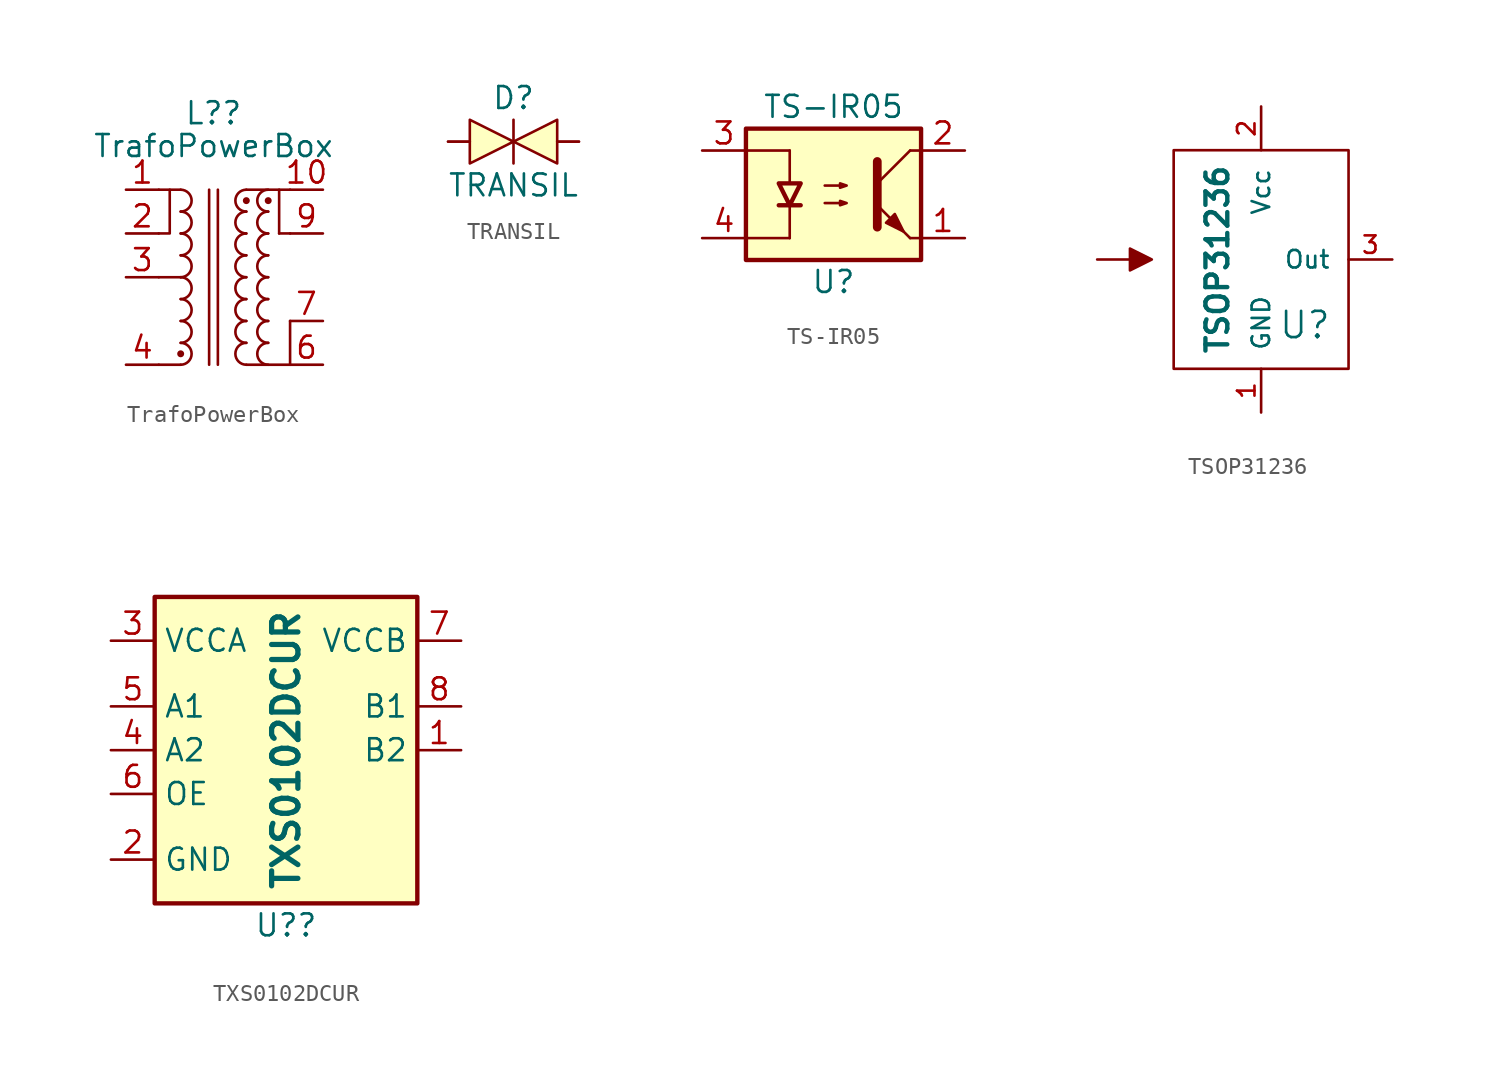
<source format=kicad_sym>
(kicad_symbol_lib
  (version 20231120)
  (generator "kicad_symbol_editor")
  (generator_version "8.0")
  (symbol "TrafoPowerBox"
    (pin_names
      (offset 1.016))
    (property "Reference" "L?"
      (at 0 10.795 0)
      (effects (font (size 1.27 1.27))))
    (property "Value" "TrafoPowerBox"
      (at 0 8.89 0)
      (effects (font (size 1.27 1.27))))
    (symbol "TrafoPowerBox_0_1"
      (arc (start -1.905 -3.81) (mid -1.2727 -3.175) (end -1.905 -2.54) (stroke (width 0) (type default)) (fill (type none)))
      (circle (center -1.905 -3.175) (radius 0.127) (stroke (width 0) (type default)) (fill (type outline)))
      (arc (start -1.905 -2.54) (mid -1.2727 -1.905) (end -1.905 -1.27) (stroke (width 0) (type default)) (fill (type none)))
      (arc (start -1.905 -1.27) (mid -1.2727 -0.635) (end -1.905 0) (stroke (width 0) (type default)) (fill (type none)))
      (arc (start -1.905 0) (mid -1.2727 0.635) (end -1.905 1.27) (stroke (width 0) (type default)) (fill (type none)))
      (arc (start -1.905 1.27) (mid -1.2727 1.905) (end -1.905 2.54) (stroke (width 0) (type default)) (fill (type none)))
      (arc (start -1.905 2.54) (mid -1.2727 3.175) (end -1.905 3.81) (stroke (width 0) (type default)) (fill (type none)))
      (arc (start -1.905 3.81) (mid -1.2727 4.445) (end -1.905 5.08) (stroke (width 0) (type default)) (fill (type none)))
      (arc (start -1.905 5.08) (mid -1.2727 5.715) (end -1.905 6.35) (stroke (width 0) (type default)) (fill (type none)))
      (polyline (pts (xy -3.175 -3.81) (xy -1.905 -3.81)) (stroke (width 0.152) (type default)) (fill (type none)))
      (polyline (pts (xy -3.175 6.35) (xy -1.905 6.35)) (stroke (width 0.152) (type default)) (fill (type none)))
      (polyline (pts (xy -1.905 1.27) (xy -3.175 1.27)) (stroke (width 0.152) (type default)) (fill (type none)))
      (polyline (pts (xy -0.254 -3.81) (xy -0.254 6.35)) (stroke (width 0) (type default)) (fill (type none)))
      (polyline (pts (xy 0.254 6.35) (xy 0.254 -3.81)) (stroke (width 0) (type default)) (fill (type none)))
      (polyline (pts (xy 1.905 -3.81) (xy 4.445 -3.81)) (stroke (width 0.152) (type default)) (fill (type none)))
      (polyline (pts (xy 1.905 6.35) (xy 4.445 6.35)) (stroke (width 0.152) (type default)) (fill (type none)))
      (polyline (pts (xy 3.81 3.81) (xy 3.81 6.35)) (stroke (width 0.152) (type default)) (fill (type none)))
      (polyline (pts (xy 3.81 3.81) (xy 4.445 3.81)) (stroke (width 0.152) (type default)) (fill (type none)))
      (polyline (pts (xy 4.445 -1.27) (xy 4.445 -3.81)) (stroke (width 0.152) (type default)) (fill (type none)))
      (polyline (pts (xy -3.175 3.81) (xy -2.54 3.81) (xy -2.54 6.35)) (stroke (width 0.152) (type default)) (fill (type none)))
      (arc (start 1.905 -2.54) (mid 1.2727 -3.175) (end 1.905 -3.81) (stroke (width 0) (type default)) (fill (type none)))
      (arc (start 1.905 -1.27) (mid 1.2727 -1.905) (end 1.905 -2.54) (stroke (width 0) (type default)) (fill (type none)))
      (arc (start 1.905 0) (mid 1.2727 -0.635) (end 1.905 -1.27) (stroke (width 0) (type default)) (fill (type none)))
      (arc (start 1.905 1.27) (mid 1.2727 0.635) (end 1.905 0) (stroke (width 0) (type default)) (fill (type none)))
      (arc (start 1.905 2.54) (mid 1.2727 1.905) (end 1.905 1.27) (stroke (width 0) (type default)) (fill (type none)))
      (arc (start 1.905 3.81) (mid 1.2727 3.175) (end 1.905 2.54) (stroke (width 0) (type default)) (fill (type none)))
      (arc (start 1.905 5.08) (mid 1.2727 4.445) (end 1.905 3.81) (stroke (width 0) (type default)) (fill (type none)))
      (circle (center 1.905 5.715) (radius 0.127) (stroke (width 0) (type default)) (fill (type outline)))
      (arc (start 1.905 6.35) (mid 1.2727 5.715) (end 1.905 5.08) (stroke (width 0) (type default)) (fill (type none)))
      (arc (start 3.175 -2.54) (mid 2.5427 -3.175) (end 3.175 -3.81) (stroke (width 0) (type default)) (fill (type none)))
      (arc (start 3.175 -1.27) (mid 2.5427 -1.905) (end 3.175 -2.54) (stroke (width 0) (type default)) (fill (type none)))
      (arc (start 3.175 0) (mid 2.5427 -0.635) (end 3.175 -1.27) (stroke (width 0) (type default)) (fill (type none)))
      (arc (start 3.175 1.27) (mid 2.5427 0.635) (end 3.175 0) (stroke (width 0) (type default)) (fill (type none)))
      (arc (start 3.175 2.54) (mid 2.5427 1.905) (end 3.175 1.27) (stroke (width 0) (type default)) (fill (type none)))
      (arc (start 3.175 3.81) (mid 2.5427 3.175) (end 3.175 2.54) (stroke (width 0) (type default)) (fill (type none)))
      (arc (start 3.175 5.08) (mid 2.5427 4.445) (end 3.175 3.81) (stroke (width 0) (type default)) (fill (type none)))
      (circle (center 3.175 5.715) (radius 0.127) (stroke (width 0) (type default)) (fill (type outline)))
      (arc (start 3.175 6.35) (mid 2.5427 5.715) (end 3.175 5.08) (stroke (width 0) (type default)) (fill (type none))))
    (symbol "TrafoPowerBox_1_1"
      (pin passive line (at -5.08 6.35 0) (length 1.905) (name "~" (effects (font (size 1.27 1.27)))) (number "1" (effects (font (size 1.27 1.27)))))
      (pin passive line (at 6.35 6.35 180) (length 1.905) (name "~" (effects (font (size 1.27 1.27)))) (number "10" (effects (font (size 1.27 1.27)))))
      (pin passive line (at -5.08 3.81 0) (length 1.905) (name "~" (effects (font (size 1.27 1.27)))) (number "2" (effects (font (size 1.27 1.27)))))
      (pin passive line (at -5.08 1.27 0) (length 1.905) (name "~" (effects (font (size 1.27 1.27)))) (number "3" (effects (font (size 1.27 1.27)))))
      (pin passive line (at -5.08 -3.81 0) (length 1.905) (name "~" (effects (font (size 1.27 1.27)))) (number "4" (effects (font (size 1.27 1.27)))))
      (pin passive line (at 6.35 -3.81 180) (length 1.905) (name "~" (effects (font (size 1.27 1.27)))) (number "6" (effects (font (size 1.27 1.27)))))
      (pin passive line (at 6.35 -1.27 180) (length 1.905) (name "~" (effects (font (size 1.27 1.27)))) (number "7" (effects (font (size 1.27 1.27)))))
      (pin passive line (at 6.35 3.81 180) (length 1.905) (name "~" (effects (font (size 1.27 1.27)))) (number "9" (effects (font (size 1.27 1.27)))))))
  (symbol "TRANSIL"
    (pin_numbers hide)
    (pin_names
      (offset 1.016) hide)
    (property "Reference" "D"
      (at 0 2.54 0)
      (effects (font (size 1.27 1.27))))
    (property "Value" "TRANSIL"
      (at 0 -2.54 0)
      (effects (font (size 1.27 1.27))))
    (property "Datasheet" ""
      (at 0 2.54 0)
      (effects (font (size 1.524 1.524))))
    (symbol "TRANSIL_0_1"
      (polyline (pts (xy 0 1.27) (xy 0 -1.27)) (stroke (width 0) (type default)) (fill (type none)))
      (polyline (pts (xy -3.81 0) (xy -2.54 0) (xy -2.54 0)) (stroke (width 0.127) (type default)) (fill (type none)))
      (polyline (pts (xy 2.54 0) (xy 3.81 0) (xy 3.81 0)) (stroke (width 0.127) (type default)) (fill (type none)))
      (polyline (pts (xy -2.54 1.27) (xy -2.54 -1.27) (xy 0 0) (xy -2.54 1.27)) (stroke (width 0.152) (type default)) (fill (type background)))
      (polyline (pts (xy 2.54 1.27) (xy 2.54 -1.27) (xy 0 0) (xy 2.54 1.27)) (stroke (width 0.152) (type default)) (fill (type background))))
    (symbol "TRANSIL_1_1"
      (pin passive line (at 3.81 0 180) (length 1.27) (name "K" (effects (font (size 1.016 1.016)))) (number "1" (effects (font (size 1.016 1.016)))))
      (pin passive line (at -3.81 0 0) (length 1.27) (name "A" (effects (font (size 1.016 1.016)))) (number "2" (effects (font (size 1.016 1.016)))))))
  (symbol "TS-IR05"
    (pin_names
      (offset 1.016))
    (property "Reference" "U"
      (at 0 -5.08 0)
      (effects (font (size 1.27 1.27))))
    (property "Value" "TS-IR05"
      (at 0 5.08 0)
      (effects (font (size 1.27 1.27))))
    (symbol "TS-IR05_0_1"
      (polyline (pts (xy -2.54 -2.54) (xy -5.08 -2.54)) (stroke (width 0) (type default)) (fill (type none)))
      (polyline (pts (xy -2.54 -0.635) (xy -2.54 -2.54)) (stroke (width 0) (type default)) (fill (type none)))
      (polyline (pts (xy -2.54 0.635) (xy -2.54 2.54)) (stroke (width 0) (type default)) (fill (type none)))
      (polyline (pts (xy -2.54 2.54) (xy -5.08 2.54)) (stroke (width 0) (type default)) (fill (type none))))
    (symbol "TS-IR05_1_1"
      (rectangle (start -5.08 3.81) (end 5.08 -3.81) (stroke (width 0.254) (type default)) (fill (type background)))
      (polyline (pts (xy -3.175 -0.635) (xy -1.905 -0.635)) (stroke (width 0.254) (type default)) (fill (type none)))
      (polyline (pts (xy 2.54 0.635) (xy 4.445 2.54)) (stroke (width 0) (type default)) (fill (type none)))
      (polyline (pts (xy 4.445 -2.54) (xy 2.54 -0.635)) (stroke (width 0) (type default)) (fill (type outline)))
      (polyline (pts (xy 4.445 -2.54) (xy 5.08 -2.54)) (stroke (width 0) (type default)) (fill (type none)))
      (polyline (pts (xy 4.445 2.54) (xy 5.08 2.54)) (stroke (width 0) (type default)) (fill (type none)))
      (polyline (pts (xy 2.54 1.905) (xy 2.54 -1.905) (xy 2.54 -1.905)) (stroke (width 0.508) (type default)) (fill (type none)))
      (polyline (pts (xy -2.54 -0.635) (xy -3.175 0.635) (xy -1.905 0.635) (xy -2.54 -0.635)) (stroke (width 0.254) (type default)) (fill (type none)))
      (polyline (pts (xy -0.508 -0.508) (xy 0.762 -0.508) (xy 0.381 -0.635) (xy 0.381 -0.381) (xy 0.762 -0.508)) (stroke (width 0) (type default)) (fill (type none)))
      (polyline (pts (xy -0.508 0.508) (xy 0.762 0.508) (xy 0.381 0.381) (xy 0.381 0.635) (xy 0.762 0.508)) (stroke (width 0) (type default)) (fill (type none)))
      (polyline (pts (xy 3.048 -1.651) (xy 3.556 -1.143) (xy 4.064 -2.159) (xy 3.048 -1.651) (xy 3.048 -1.651)) (stroke (width 0) (type default)) (fill (type outline)))
      (pin passive line (at 7.62 -2.54 180) (length 2.54) (name "~" (effects (font (size 1.27 1.27)))) (number "1" (effects (font (size 1.27 1.27)))))
      (pin passive line (at 7.62 2.54 180) (length 2.54) (name "~" (effects (font (size 1.27 1.27)))) (number "2" (effects (font (size 1.27 1.27)))))
      (pin passive line (at -7.62 2.54 0) (length 2.54) (name "~" (effects (font (size 1.27 1.27)))) (number "3" (effects (font (size 1.27 1.27)))))
      (pin passive line (at -7.62 -2.54 0) (length 2.54) (name "~" (effects (font (size 1.27 1.27)))) (number "4" (effects (font (size 1.27 1.27)))))))
  (symbol "TSOP31236"
    (pin_names
      (offset 1.016))
    (property "Reference" "U"
      (at 2.54 -3.81 0)
      (effects (font (size 1.524 1.524))))
    (property "Value" "TSOP31236"
      (at -2.54 0 90)
      (effects (font (size 1.27 1.27) (bold yes))))
    (property "Datasheet" ""
      (at 0 0 0)
      (effects (font (size 1.524 1.524))))
    (symbol "TSOP31236_0_1"
      (rectangle (start -5.08 6.35) (end 5.08 -6.35) (stroke (width 0) (type default)) (fill (type none)))
      (polyline (pts (xy -7.62 0) (xy -9.525 0)) (stroke (width 0) (type default)) (fill (type none)))
      (polyline (pts (xy -6.35 0) (xy -7.62 0.635) (xy -7.62 -0.635) (xy -6.35 0)) (stroke (width 0) (type default)) (fill (type outline))))
    (symbol "TSOP31236_1_1"
      (pin power_in line (at 0 -8.89 90) (length 2.54) (name "GND" (effects (font (size 1.016 1.016)))) (number "1" (effects (font (size 1.016 1.016)))))
      (pin power_in line (at 0 8.89 270) (length 2.54) (name "Vcc" (effects (font (size 1.016 1.016)))) (number "2" (effects (font (size 1.016 1.016)))))
      (pin passive line (at 7.62 0 180) (length 2.54) (name "Out" (effects (font (size 1.016 1.016)))) (number "3" (effects (font (size 1.016 1.016)))))))
  (symbol "TXS0102DCUR"
    (property "Reference" "U?"
      (at 0 -10.16 0)
      (effects (font (size 1.27 1.27))))
    (property "Value" "TXS0102DCUR"
      (at 0 0 90)
      (effects (font (size 1.524 1.524) (bold yes))))
    (symbol "TXS0102DCUR_0_1"
      (rectangle (start -7.62 8.89) (end 7.62 -8.89) (stroke (width 0.254) (type default)) (fill (type background))))
    (symbol "TXS0102DCUR_1_1"
      (pin bidirectional line (at 10.16 0 180) (length 2.54) (name "B2" (effects (font (size 1.27 1.27)))) (number "1" (effects (font (size 1.27 1.27)))))
      (pin power_in line (at -10.16 -6.35 0) (length 2.54) (name "GND" (effects (font (size 1.27 1.27)))) (number "2" (effects (font (size 1.27 1.27)))))
      (pin power_in line (at -10.16 6.35 0) (length 2.54) (name "VCCA" (effects (font (size 1.27 1.27)))) (number "3" (effects (font (size 1.27 1.27)))))
      (pin bidirectional line (at -10.16 0 0) (length 2.54) (name "A2" (effects (font (size 1.27 1.27)))) (number "4" (effects (font (size 1.27 1.27)))))
      (pin bidirectional line (at -10.16 2.54 0) (length 2.54) (name "A1" (effects (font (size 1.27 1.27)))) (number "5" (effects (font (size 1.27 1.27)))))
      (pin input line (at -10.16 -2.54 0) (length 2.54) (name "OE" (effects (font (size 1.27 1.27)))) (number "6" (effects (font (size 1.27 1.27)))))
      (pin power_in line (at 10.16 6.35 180) (length 2.54) (name "VCCB" (effects (font (size 1.27 1.27)))) (number "7" (effects (font (size 1.27 1.27)))))
      (pin bidirectional line (at 10.16 2.54 180) (length 2.54) (name "B1" (effects (font (size 1.27 1.27)))) (number "8" (effects (font (size 1.27 1.27))))))))
</source>
